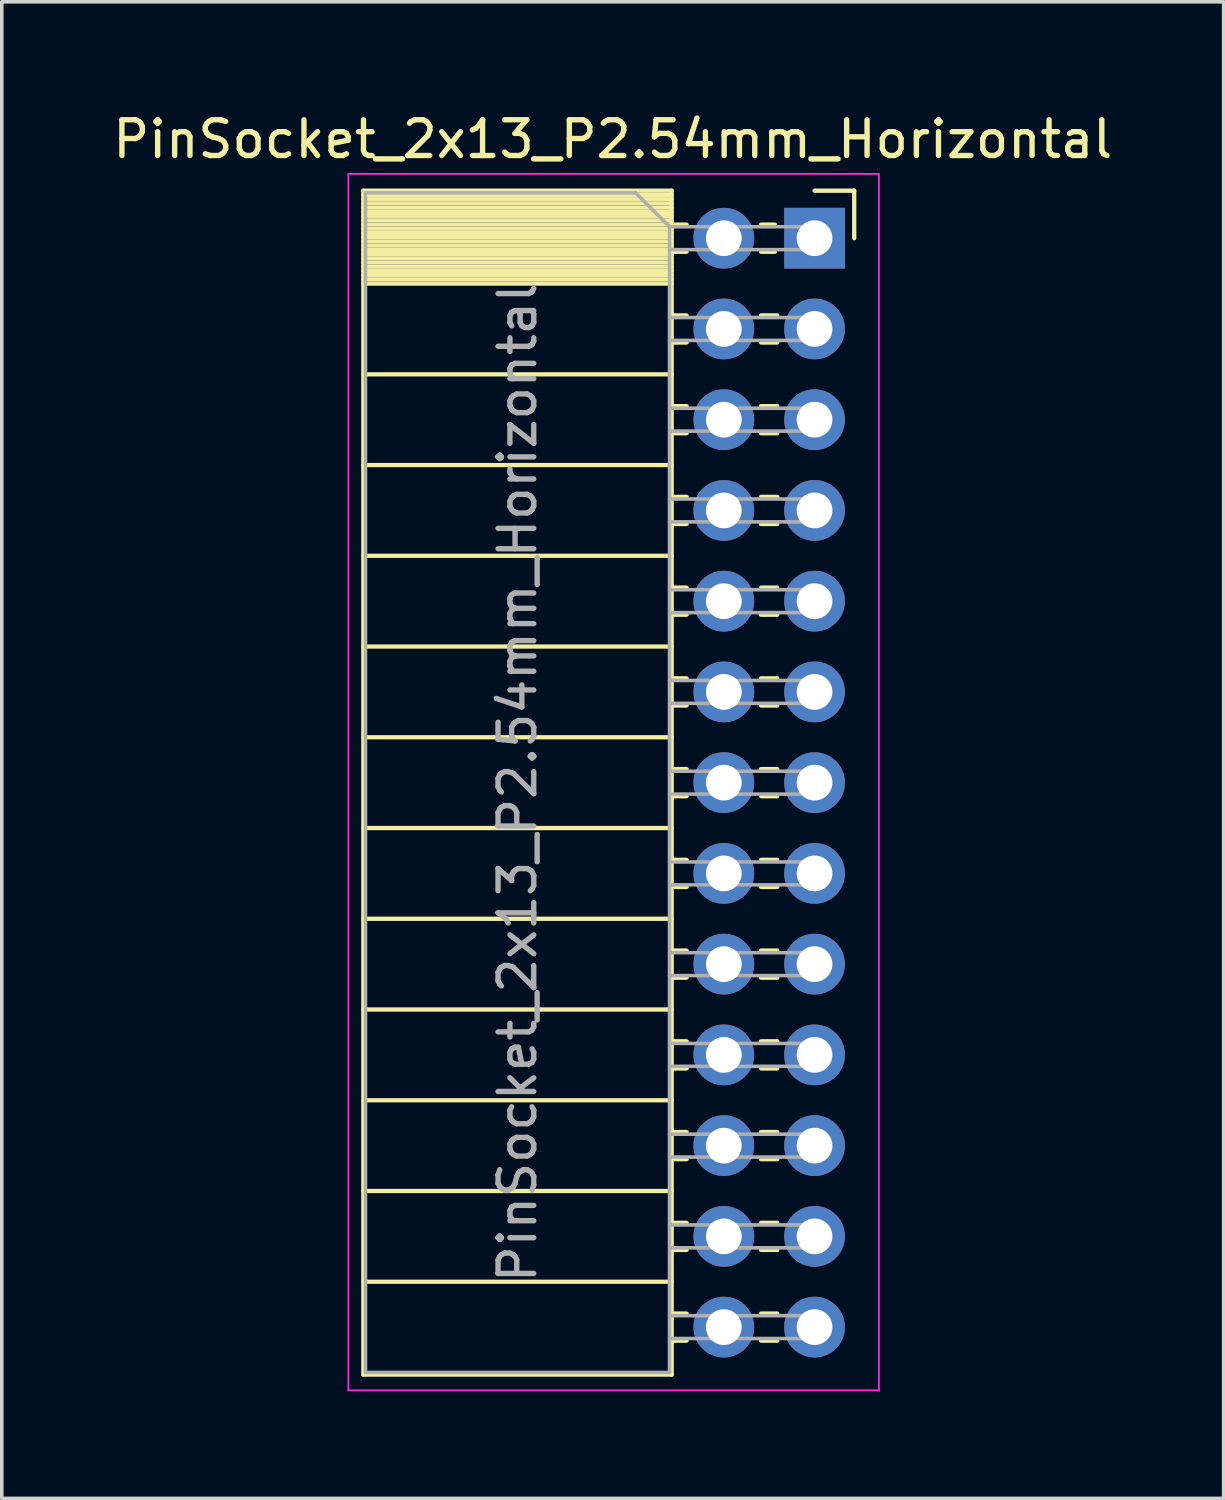
<source format=kicad_pcb>
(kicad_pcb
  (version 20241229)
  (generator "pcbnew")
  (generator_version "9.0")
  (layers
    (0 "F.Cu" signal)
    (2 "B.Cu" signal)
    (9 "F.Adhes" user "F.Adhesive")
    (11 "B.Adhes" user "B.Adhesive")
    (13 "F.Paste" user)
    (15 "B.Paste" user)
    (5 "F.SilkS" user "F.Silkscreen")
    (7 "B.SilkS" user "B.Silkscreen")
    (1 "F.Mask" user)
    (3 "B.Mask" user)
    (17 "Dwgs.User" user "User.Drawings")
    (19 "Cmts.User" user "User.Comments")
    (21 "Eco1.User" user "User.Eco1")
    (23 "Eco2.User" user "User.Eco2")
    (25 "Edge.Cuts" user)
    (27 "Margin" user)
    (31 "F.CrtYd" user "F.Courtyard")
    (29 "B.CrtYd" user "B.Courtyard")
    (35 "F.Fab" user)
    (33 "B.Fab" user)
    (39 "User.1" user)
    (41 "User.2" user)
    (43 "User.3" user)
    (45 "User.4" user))
  (footprint "PinSocket_2x13_P2.54mm_Horizontal"
    (layer "F.Cu")
    (at 19.751 3.618)
    (property "Reference" "PinSocket_2x13_P2.54mm_Horizontal" (at -5.65 -2.77 0) (layer "F.SilkS") (effects (font (size 1 1) (thickness 0.15))))
    (attr through_hole)
    (fp_line (start -12.63 -1.33) (end -12.63 31.81) (stroke (width 0.12) (type solid)) (layer "F.SilkS"))
    (fp_line (start -12.63 -1.33) (end -4 -1.33) (stroke (width 0.12) (type solid)) (layer "F.SilkS"))
    (fp_line (start -12.63 -1.21) (end -4 -1.21) (stroke (width 0.12) (type solid)) (layer "F.SilkS"))
    (fp_line (start -12.63 -1.092) (end -4 -1.092) (stroke (width 0.12) (type solid)) (layer "F.SilkS"))
    (fp_line (start -12.63 -0.974) (end -4 -0.974) (stroke (width 0.12) (type solid)) (layer "F.SilkS"))
    (fp_line (start -12.63 -0.856) (end -4 -0.856) (stroke (width 0.12) (type solid)) (layer "F.SilkS"))
    (fp_line (start -12.63 -0.738) (end -4 -0.738) (stroke (width 0.12) (type solid)) (layer "F.SilkS"))
    (fp_line (start -12.63 -0.62) (end -4 -0.62) (stroke (width 0.12) (type solid)) (layer "F.SilkS"))
    (fp_line (start -12.63 -0.501) (end -4 -0.501) (stroke (width 0.12) (type solid)) (layer "F.SilkS"))
    (fp_line (start -12.63 -0.383) (end -4 -0.383) (stroke (width 0.12) (type solid)) (layer "F.SilkS"))
    (fp_line (start -12.63 -0.265) (end -4 -0.265) (stroke (width 0.12) (type solid)) (layer "F.SilkS"))
    (fp_line (start -12.63 -0.147) (end -4 -0.147) (stroke (width 0.12) (type solid)) (layer "F.SilkS"))
    (fp_line (start -12.63 -0.029) (end -4 -0.029) (stroke (width 0.12) (type solid)) (layer "F.SilkS"))
    (fp_line (start -12.63 0.089) (end -4 0.089) (stroke (width 0.12) (type solid)) (layer "F.SilkS"))
    (fp_line (start -12.63 0.207) (end -4 0.207) (stroke (width 0.12) (type solid)) (layer "F.SilkS"))
    (fp_line (start -12.63 0.325) (end -4 0.325) (stroke (width 0.12) (type solid)) (layer "F.SilkS"))
    (fp_line (start -12.63 0.443) (end -4 0.443) (stroke (width 0.12) (type solid)) (layer "F.SilkS"))
    (fp_line (start -12.63 0.561) (end -4 0.561) (stroke (width 0.12) (type solid)) (layer "F.SilkS"))
    (fp_line (start -12.63 0.68) (end -4 0.68) (stroke (width 0.12) (type solid)) (layer "F.SilkS"))
    (fp_line (start -12.63 0.798) (end -4 0.798) (stroke (width 0.12) (type solid)) (layer "F.SilkS"))
    (fp_line (start -12.63 0.916) (end -4 0.916) (stroke (width 0.12) (type solid)) (layer "F.SilkS"))
    (fp_line (start -12.63 1.034) (end -4 1.034) (stroke (width 0.12) (type solid)) (layer "F.SilkS"))
    (fp_line (start -12.63 1.152) (end -4 1.152) (stroke (width 0.12) (type solid)) (layer "F.SilkS"))
    (fp_line (start -12.63 1.27) (end -4 1.27) (stroke (width 0.12) (type solid)) (layer "F.SilkS"))
    (fp_line (start -12.63 3.81) (end -4 3.81) (stroke (width 0.12) (type solid)) (layer "F.SilkS"))
    (fp_line (start -12.63 6.35) (end -4 6.35) (stroke (width 0.12) (type solid)) (layer "F.SilkS"))
    (fp_line (start -12.63 8.89) (end -4 8.89) (stroke (width 0.12) (type solid)) (layer "F.SilkS"))
    (fp_line (start -12.63 11.43) (end -4 11.43) (stroke (width 0.12) (type solid)) (layer "F.SilkS"))
    (fp_line (start -12.63 13.97) (end -4 13.97) (stroke (width 0.12) (type solid)) (layer "F.SilkS"))
    (fp_line (start -12.63 16.51) (end -4 16.51) (stroke (width 0.12) (type solid)) (layer "F.SilkS"))
    (fp_line (start -12.63 19.05) (end -4 19.05) (stroke (width 0.12) (type solid)) (layer "F.SilkS"))
    (fp_line (start -12.63 21.59) (end -4 21.59) (stroke (width 0.12) (type solid)) (layer "F.SilkS"))
    (fp_line (start -12.63 24.13) (end -4 24.13) (stroke (width 0.12) (type solid)) (layer "F.SilkS"))
    (fp_line (start -12.63 26.67) (end -4 26.67) (stroke (width 0.12) (type solid)) (layer "F.SilkS"))
    (fp_line (start -12.63 29.21) (end -4 29.21) (stroke (width 0.12) (type solid)) (layer "F.SilkS"))
    (fp_line (start -12.63 31.81) (end -4 31.81) (stroke (width 0.12) (type solid)) (layer "F.SilkS"))
    (fp_line (start -4 -1.33) (end -4 31.81) (stroke (width 0.12) (type solid)) (layer "F.SilkS"))
    (fp_line (start -4 -0.38) (end -3.583 -0.38) (stroke (width 0.12) (type solid)) (layer "F.SilkS"))
    (fp_line (start -4 0.38) (end -3.583 0.38) (stroke (width 0.12) (type solid)) (layer "F.SilkS"))
    (fp_line (start -4 2.16) (end -3.583 2.16) (stroke (width 0.12) (type solid)) (layer "F.SilkS"))
    (fp_line (start -4 2.92) (end -3.583 2.92) (stroke (width 0.12) (type solid)) (layer "F.SilkS"))
    (fp_line (start -4 4.7) (end -3.583 4.7) (stroke (width 0.12) (type solid)) (layer "F.SilkS"))
    (fp_line (start -4 5.46) (end -3.583 5.46) (stroke (width 0.12) (type solid)) (layer "F.SilkS"))
    (fp_line (start -4 7.24) (end -3.583 7.24) (stroke (width 0.12) (type solid)) (layer "F.SilkS"))
    (fp_line (start -4 8) (end -3.583 8) (stroke (width 0.12) (type solid)) (layer "F.SilkS"))
    (fp_line (start -4 9.78) (end -3.583 9.78) (stroke (width 0.12) (type solid)) (layer "F.SilkS"))
    (fp_line (start -4 10.54) (end -3.583 10.54) (stroke (width 0.12) (type solid)) (layer "F.SilkS"))
    (fp_line (start -4 12.32) (end -3.583 12.32) (stroke (width 0.12) (type solid)) (layer "F.SilkS"))
    (fp_line (start -4 13.08) (end -3.583 13.08) (stroke (width 0.12) (type solid)) (layer "F.SilkS"))
    (fp_line (start -4 14.86) (end -3.583 14.86) (stroke (width 0.12) (type solid)) (layer "F.SilkS"))
    (fp_line (start -4 15.62) (end -3.583 15.62) (stroke (width 0.12) (type solid)) (layer "F.SilkS"))
    (fp_line (start -4 17.4) (end -3.583 17.4) (stroke (width 0.12) (type solid)) (layer "F.SilkS"))
    (fp_line (start -4 18.16) (end -3.583 18.16) (stroke (width 0.12) (type solid)) (layer "F.SilkS"))
    (fp_line (start -4 19.94) (end -3.583 19.94) (stroke (width 0.12) (type solid)) (layer "F.SilkS"))
    (fp_line (start -4 20.7) (end -3.583 20.7) (stroke (width 0.12) (type solid)) (layer "F.SilkS"))
    (fp_line (start -4 22.48) (end -3.583 22.48) (stroke (width 0.12) (type solid)) (layer "F.SilkS"))
    (fp_line (start -4 23.24) (end -3.583 23.24) (stroke (width 0.12) (type solid)) (layer "F.SilkS"))
    (fp_line (start -4 25.02) (end -3.583 25.02) (stroke (width 0.12) (type solid)) (layer "F.SilkS"))
    (fp_line (start -4 25.78) (end -3.583 25.78) (stroke (width 0.12) (type solid)) (layer "F.SilkS"))
    (fp_line (start -4 27.56) (end -3.583 27.56) (stroke (width 0.12) (type solid)) (layer "F.SilkS"))
    (fp_line (start -4 28.32) (end -3.583 28.32) (stroke (width 0.12) (type solid)) (layer "F.SilkS"))
    (fp_line (start -4 30.1) (end -3.583 30.1) (stroke (width 0.12) (type solid)) (layer "F.SilkS"))
    (fp_line (start -4 30.86) (end -3.583 30.86) (stroke (width 0.12) (type solid)) (layer "F.SilkS"))
    (fp_line (start -1.497 -0.38) (end -1.11 -0.38) (stroke (width 0.12) (type solid)) (layer "F.SilkS"))
    (fp_line (start -1.497 0.38) (end -1.11 0.38) (stroke (width 0.12) (type solid)) (layer "F.SilkS"))
    (fp_line (start -1.497 2.16) (end -1.043 2.16) (stroke (width 0.12) (type solid)) (layer "F.SilkS"))
    (fp_line (start -1.497 2.92) (end -1.043 2.92) (stroke (width 0.12) (type solid)) (layer "F.SilkS"))
    (fp_line (start -1.497 4.7) (end -1.043 4.7) (stroke (width 0.12) (type solid)) (layer "F.SilkS"))
    (fp_line (start -1.497 5.46) (end -1.043 5.46) (stroke (width 0.12) (type solid)) (layer "F.SilkS"))
    (fp_line (start -1.497 7.24) (end -1.043 7.24) (stroke (width 0.12) (type solid)) (layer "F.SilkS"))
    (fp_line (start -1.497 8) (end -1.043 8) (stroke (width 0.12) (type solid)) (layer "F.SilkS"))
    (fp_line (start -1.497 9.78) (end -1.043 9.78) (stroke (width 0.12) (type solid)) (layer "F.SilkS"))
    (fp_line (start -1.497 10.54) (end -1.043 10.54) (stroke (width 0.12) (type solid)) (layer "F.SilkS"))
    (fp_line (start -1.497 12.32) (end -1.043 12.32) (stroke (width 0.12) (type solid)) (layer "F.SilkS"))
    (fp_line (start -1.497 13.08) (end -1.043 13.08) (stroke (width 0.12) (type solid)) (layer "F.SilkS"))
    (fp_line (start -1.497 14.86) (end -1.043 14.86) (stroke (width 0.12) (type solid)) (layer "F.SilkS"))
    (fp_line (start -1.497 15.62) (end -1.043 15.62) (stroke (width 0.12) (type solid)) (layer "F.SilkS"))
    (fp_line (start -1.497 17.4) (end -1.043 17.4) (stroke (width 0.12) (type solid)) (layer "F.SilkS"))
    (fp_line (start -1.497 18.16) (end -1.043 18.16) (stroke (width 0.12) (type solid)) (layer "F.SilkS"))
    (fp_line (start -1.497 19.94) (end -1.043 19.94) (stroke (width 0.12) (type solid)) (layer "F.SilkS"))
    (fp_line (start -1.497 20.7) (end -1.043 20.7) (stroke (width 0.12) (type solid)) (layer "F.SilkS"))
    (fp_line (start -1.497 22.48) (end -1.043 22.48) (stroke (width 0.12) (type solid)) (layer "F.SilkS"))
    (fp_line (start -1.497 23.24) (end -1.043 23.24) (stroke (width 0.12) (type solid)) (layer "F.SilkS"))
    (fp_line (start -1.497 25.02) (end -1.043 25.02) (stroke (width 0.12) (type solid)) (layer "F.SilkS"))
    (fp_line (start -1.497 25.78) (end -1.043 25.78) (stroke (width 0.12) (type solid)) (layer "F.SilkS"))
    (fp_line (start -1.497 27.56) (end -1.043 27.56) (stroke (width 0.12) (type solid)) (layer "F.SilkS"))
    (fp_line (start -1.497 28.32) (end -1.043 28.32) (stroke (width 0.12) (type solid)) (layer "F.SilkS"))
    (fp_line (start -1.497 30.1) (end -1.043 30.1) (stroke (width 0.12) (type solid)) (layer "F.SilkS"))
    (fp_line (start -1.497 30.86) (end -1.043 30.86) (stroke (width 0.12) (type solid)) (layer "F.SilkS"))
    (fp_line (start 0 -1.33) (end 1.11 -1.33) (stroke (width 0.12) (type solid)) (layer "F.SilkS"))
    (fp_line (start 1.11 -1.33) (end 1.11 0) (stroke (width 0.12) (type solid)) (layer "F.SilkS"))
    (fp_line (start -13.05 -1.8) (end -13.05 32.25) (stroke (width 0.05) (type solid)) (layer "F.CrtYd"))
    (fp_line (start -13.05 32.25) (end 1.8 32.25) (stroke (width 0.05) (type solid)) (layer "F.CrtYd"))
    (fp_line (start 1.8 -1.8) (end -13.05 -1.8) (stroke (width 0.05) (type solid)) (layer "F.CrtYd"))
    (fp_line (start 1.8 32.25) (end 1.8 -1.8) (stroke (width 0.05) (type solid)) (layer "F.CrtYd"))
    (fp_line (start -12.57 -1.27) (end -5.01 -1.27) (stroke (width 0.1) (type solid)) (layer "F.Fab"))
    (fp_line (start -12.57 31.75) (end -12.57 -1.27) (stroke (width 0.1) (type solid)) (layer "F.Fab"))
    (fp_line (start -5.01 -1.27) (end -4.06 -0.32) (stroke (width 0.1) (type solid)) (layer "F.Fab"))
    (fp_line (start -4.06 -0.32) (end -4.06 31.75) (stroke (width 0.1) (type solid)) (layer "F.Fab"))
    (fp_line (start -4.06 0.32) (end 0 0.32) (stroke (width 0.1) (type solid)) (layer "F.Fab"))
    (fp_line (start -4.06 2.86) (end 0 2.86) (stroke (width 0.1) (type solid)) (layer "F.Fab"))
    (fp_line (start -4.06 5.4) (end 0 5.4) (stroke (width 0.1) (type solid)) (layer "F.Fab"))
    (fp_line (start -4.06 7.94) (end 0 7.94) (stroke (width 0.1) (type solid)) (layer "F.Fab"))
    (fp_line (start -4.06 10.48) (end 0 10.48) (stroke (width 0.1) (type solid)) (layer "F.Fab"))
    (fp_line (start -4.06 13.02) (end 0 13.02) (stroke (width 0.1) (type solid)) (layer "F.Fab"))
    (fp_line (start -4.06 15.56) (end 0 15.56) (stroke (width 0.1) (type solid)) (layer "F.Fab"))
    (fp_line (start -4.06 18.1) (end 0 18.1) (stroke (width 0.1) (type solid)) (layer "F.Fab"))
    (fp_line (start -4.06 20.64) (end 0 20.64) (stroke (width 0.1) (type solid)) (layer "F.Fab"))
    (fp_line (start -4.06 23.18) (end 0 23.18) (stroke (width 0.1) (type solid)) (layer "F.Fab"))
    (fp_line (start -4.06 25.72) (end 0 25.72) (stroke (width 0.1) (type solid)) (layer "F.Fab"))
    (fp_line (start -4.06 28.26) (end 0 28.26) (stroke (width 0.1) (type solid)) (layer "F.Fab"))
    (fp_line (start -4.06 30.8) (end 0 30.8) (stroke (width 0.1) (type solid)) (layer "F.Fab"))
    (fp_line (start -4.06 31.75) (end -12.57 31.75) (stroke (width 0.1) (type solid)) (layer "F.Fab"))
    (fp_line (start 0 -0.32) (end -4.06 -0.32) (stroke (width 0.1) (type solid)) (layer "F.Fab"))
    (fp_line (start 0 0.32) (end 0 -0.32) (stroke (width 0.1) (type solid)) (layer "F.Fab"))
    (fp_line (start 0 2.22) (end -4.06 2.22) (stroke (width 0.1) (type solid)) (layer "F.Fab"))
    (fp_line (start 0 2.86) (end 0 2.22) (stroke (width 0.1) (type solid)) (layer "F.Fab"))
    (fp_line (start 0 4.76) (end -4.06 4.76) (stroke (width 0.1) (type solid)) (layer "F.Fab"))
    (fp_line (start 0 5.4) (end 0 4.76) (stroke (width 0.1) (type solid)) (layer "F.Fab"))
    (fp_line (start 0 7.3) (end -4.06 7.3) (stroke (width 0.1) (type solid)) (layer "F.Fab"))
    (fp_line (start 0 7.94) (end 0 7.3) (stroke (width 0.1) (type solid)) (layer "F.Fab"))
    (fp_line (start 0 9.84) (end -4.06 9.84) (stroke (width 0.1) (type solid)) (layer "F.Fab"))
    (fp_line (start 0 10.48) (end 0 9.84) (stroke (width 0.1) (type solid)) (layer "F.Fab"))
    (fp_line (start 0 12.38) (end -4.06 12.38) (stroke (width 0.1) (type solid)) (layer "F.Fab"))
    (fp_line (start 0 13.02) (end 0 12.38) (stroke (width 0.1) (type solid)) (layer "F.Fab"))
    (fp_line (start 0 14.92) (end -4.06 14.92) (stroke (width 0.1) (type solid)) (layer "F.Fab"))
    (fp_line (start 0 15.56) (end 0 14.92) (stroke (width 0.1) (type solid)) (layer "F.Fab"))
    (fp_line (start 0 17.46) (end -4.06 17.46) (stroke (width 0.1) (type solid)) (layer "F.Fab"))
    (fp_line (start 0 18.1) (end 0 17.46) (stroke (width 0.1) (type solid)) (layer "F.Fab"))
    (fp_line (start 0 20) (end -4.06 20) (stroke (width 0.1) (type solid)) (layer "F.Fab"))
    (fp_line (start 0 20.64) (end 0 20) (stroke (width 0.1) (type solid)) (layer "F.Fab"))
    (fp_line (start 0 22.54) (end -4.06 22.54) (stroke (width 0.1) (type solid)) (layer "F.Fab"))
    (fp_line (start 0 23.18) (end 0 22.54) (stroke (width 0.1) (type solid)) (layer "F.Fab"))
    (fp_line (start 0 25.08) (end -4.06 25.08) (stroke (width 0.1) (type solid)) (layer "F.Fab"))
    (fp_line (start 0 25.72) (end 0 25.08) (stroke (width 0.1) (type solid)) (layer "F.Fab"))
    (fp_line (start 0 27.62) (end -4.06 27.62) (stroke (width 0.1) (type solid)) (layer "F.Fab"))
    (fp_line (start 0 28.26) (end 0 27.62) (stroke (width 0.1) (type solid)) (layer "F.Fab"))
    (fp_line (start 0 30.16) (end -4.06 30.16) (stroke (width 0.1) (type solid)) (layer "F.Fab"))
    (fp_line (start 0 30.8) (end 0 30.16) (stroke (width 0.1) (type solid)) (layer "F.Fab"))
    (fp_text user "${REFERENCE}" (at -8.315 15.24 90) (layer "F.Fab") (effects (font (size 1 1) (thickness 0.15))))
    (pad "1" thru_hole rect (at 0 0) (size 1.7 1.7) (drill 1) (layers "*.Cu" "*.Mask"))
    (pad "2" thru_hole oval (at -2.54 0) (size 1.7 1.7) (drill 1) (layers "*.Cu" "*.Mask"))
    (pad "3" thru_hole oval (at 0 2.54) (size 1.7 1.7) (drill 1) (layers "*.Cu" "*.Mask"))
    (pad "4" thru_hole oval (at -2.54 2.54) (size 1.7 1.7) (drill 1) (layers "*.Cu" "*.Mask"))
    (pad "5" thru_hole oval (at 0 5.08) (size 1.7 1.7) (drill 1) (layers "*.Cu" "*.Mask"))
    (pad "6" thru_hole oval (at -2.54 5.08) (size 1.7 1.7) (drill 1) (layers "*.Cu" "*.Mask"))
    (pad "7" thru_hole oval (at 0 7.62) (size 1.7 1.7) (drill 1) (layers "*.Cu" "*.Mask"))
    (pad "8" thru_hole oval (at -2.54 7.62) (size 1.7 1.7) (drill 1) (layers "*.Cu" "*.Mask"))
    (pad "9" thru_hole oval (at 0 10.16) (size 1.7 1.7) (drill 1) (layers "*.Cu" "*.Mask"))
    (pad "10" thru_hole oval (at -2.54 10.16) (size 1.7 1.7) (drill 1) (layers "*.Cu" "*.Mask"))
    (pad "11" thru_hole oval (at 0 12.7) (size 1.7 1.7) (drill 1) (layers "*.Cu" "*.Mask"))
    (pad "12" thru_hole oval (at -2.54 12.7) (size 1.7 1.7) (drill 1) (layers "*.Cu" "*.Mask"))
    (pad "13" thru_hole oval (at 0 15.24) (size 1.7 1.7) (drill 1) (layers "*.Cu" "*.Mask"))
    (pad "14" thru_hole oval (at -2.54 15.24) (size 1.7 1.7) (drill 1) (layers "*.Cu" "*.Mask"))
    (pad "15" thru_hole oval (at 0 17.78) (size 1.7 1.7) (drill 1) (layers "*.Cu" "*.Mask"))
    (pad "16" thru_hole oval (at -2.54 17.78) (size 1.7 1.7) (drill 1) (layers "*.Cu" "*.Mask"))
    (pad "17" thru_hole oval (at 0 20.32) (size 1.7 1.7) (drill 1) (layers "*.Cu" "*.Mask"))
    (pad "18" thru_hole oval (at -2.54 20.32) (size 1.7 1.7) (drill 1) (layers "*.Cu" "*.Mask"))
    (pad "19" thru_hole oval (at 0 22.86) (size 1.7 1.7) (drill 1) (layers "*.Cu" "*.Mask"))
    (pad "20" thru_hole oval (at -2.54 22.86) (size 1.7 1.7) (drill 1) (layers "*.Cu" "*.Mask"))
    (pad "21" thru_hole oval (at 0 25.4) (size 1.7 1.7) (drill 1) (layers "*.Cu" "*.Mask"))
    (pad "22" thru_hole oval (at -2.54 25.4) (size 1.7 1.7) (drill 1) (layers "*.Cu" "*.Mask"))
    (pad "23" thru_hole oval (at 0 27.94) (size 1.7 1.7) (drill 1) (layers "*.Cu" "*.Mask"))
    (pad "24" thru_hole oval (at -2.54 27.94) (size 1.7 1.7) (drill 1) (layers "*.Cu" "*.Mask"))
    (pad "25" thru_hole oval (at 0 30.48) (size 1.7 1.7) (drill 1) (layers "*.Cu" "*.Mask"))
    (pad "26" thru_hole oval (at -2.54 30.48) (size 1.7 1.7) (drill 1) (layers "*.Cu" "*.Mask")))
  (gr_rect
    (start -3 -3)
    (end 31.202 38.893)
    (stroke (width 0.1) (type default))
    (fill no)
    (layer "Edge.Cuts")))
</source>
